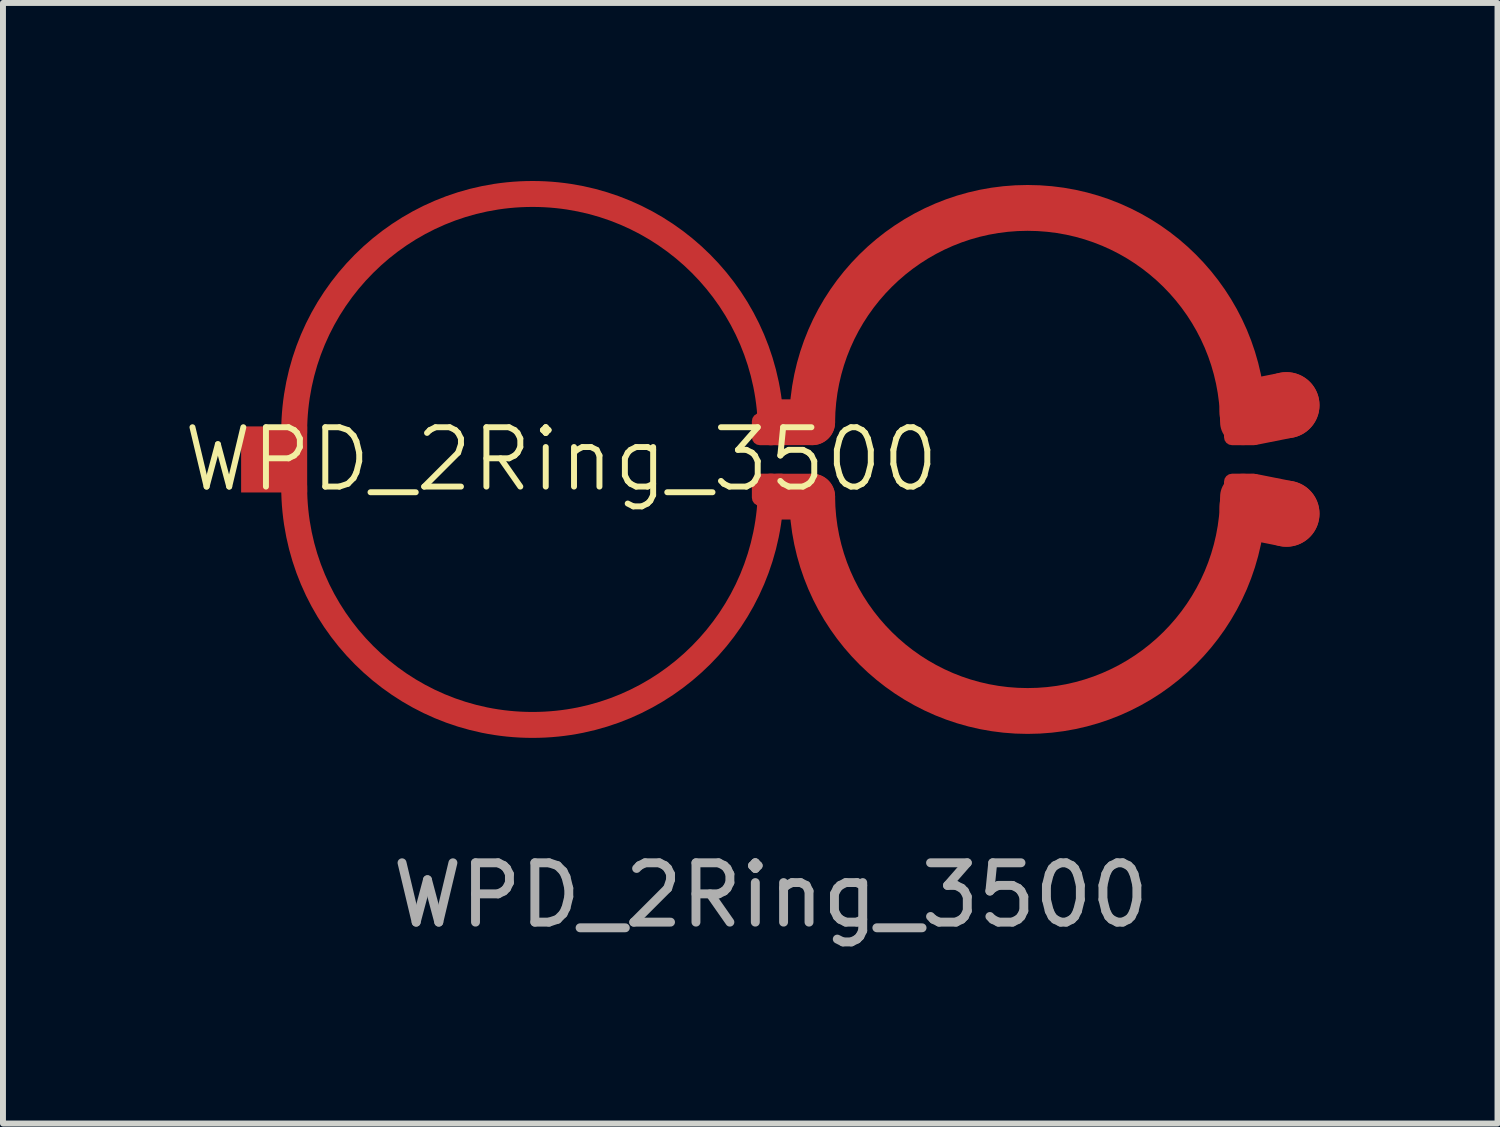
<source format=kicad_pcb>
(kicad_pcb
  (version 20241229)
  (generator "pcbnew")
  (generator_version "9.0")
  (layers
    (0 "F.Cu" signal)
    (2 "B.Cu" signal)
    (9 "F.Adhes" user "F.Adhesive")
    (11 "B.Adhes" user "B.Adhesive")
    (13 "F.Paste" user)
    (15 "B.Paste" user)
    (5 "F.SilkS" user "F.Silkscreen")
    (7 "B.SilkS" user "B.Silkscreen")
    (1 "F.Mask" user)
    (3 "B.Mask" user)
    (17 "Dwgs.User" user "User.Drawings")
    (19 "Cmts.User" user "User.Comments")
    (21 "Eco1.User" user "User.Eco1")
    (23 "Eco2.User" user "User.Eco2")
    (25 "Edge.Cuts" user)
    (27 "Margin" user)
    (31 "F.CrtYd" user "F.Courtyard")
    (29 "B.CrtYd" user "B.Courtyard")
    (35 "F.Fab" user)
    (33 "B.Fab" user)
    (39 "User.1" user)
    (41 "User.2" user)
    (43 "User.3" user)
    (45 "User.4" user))
  (footprint "WPD_2Ring_3500"
    (layer "F.Cu")
    (at 9.938 4.691)
    (property "Reference" "WPD_2Ring_3500" (at -3.531 0 0) (unlocked yes) (layer "F.SilkS") (effects (font (size 1 1) (thickness 0.1))))
    (attr smd)
    (fp_line (start 0.696 -0.627) (end 0.124 -0.627) (stroke (width 0.772) (type solid)) (layer "F.Cu"))
    (fp_line (start 0.696 0.627) (end 0.124 0.627) (stroke (width 0.772) (type solid)) (layer "F.Cu"))
    (fp_line (start 8.115 -0.8) (end 8.687 -0.914) (stroke (width 1.113) (type solid)) (layer "F.Cu"))
    (fp_line (start 8.115 0.8) (end 8.687 0.914) (stroke (width 1.113) (type solid)) (layer "F.Cu"))
    (fp_arc (start -8.03148 -0.4572) (mid -4.01574 -4.47294) (end 0 -0.4572) (stroke (width 0.43688) (type solid)) (layer "F.Cu"))
    (fp_arc (start 0 0.4572) (mid -4.01574 4.47294) (end -8.03148 0.4572) (stroke (width 0.43688) (type solid)) (layer "F.Cu"))
    (fp_arc (start 0.69596 -0.62738) (mid 4.32562 -4.25704) (end 7.95528 -0.62738) (stroke (width 0.77216) (type solid)) (layer "F.Cu"))
    (fp_arc (start 7.95528 0.62738) (mid 4.32562 4.25704) (end 0.69596 0.62738) (stroke (width 0.77216) (type solid)) (layer "F.Cu"))
    (fp_text user "${REFERENCE}" (at 0 7.341 0) (unlocked yes) (layer "F.Fab") (effects (font (size 1 1) (thickness 0.15))))
    (pad "1" smd rect (at -8.369 0) (size 1.113 1.113) (layers "F.Cu" "F.Mask" "F.Paste"))
    (pad "2" smd circle (at 8.687 -0.914) (size 1.113 1.113) (layers "F.Cu" "F.Mask" "F.Paste"))
    (pad "3" smd circle (at 8.687 0.914) (size 1.113 1.113) (layers "F.Cu" "F.Mask" "F.Paste"))
    (pad "4" smd roundrect (at 0 -0.51) (size 0.64 0.54) (layers "F.Cu" "F.Mask" "F.Paste") (roundrect_rratio 0.25))
    (pad "5" smd roundrect (at 0 0.51) (size 0.64 0.54) (layers "F.Cu" "F.Mask" "F.Paste") (roundrect_rratio 0.25))
    (pad "6" smd roundrect (at 7.955 -0.51) (size 0.64 0.54) (layers "F.Cu" "F.Mask" "F.Paste") (roundrect_rratio 0.25))
    (pad "7" smd roundrect (at 7.955 0.51) (size 0.64 0.54) (layers "F.Cu" "F.Mask" "F.Paste") (roundrect_rratio 0.25)))
  (gr_rect
    (start -3 -3)
    (end 22.181 15.88)
    (stroke (width 0.1) (type default))
    (fill no)
    (layer "Edge.Cuts")))
</source>
